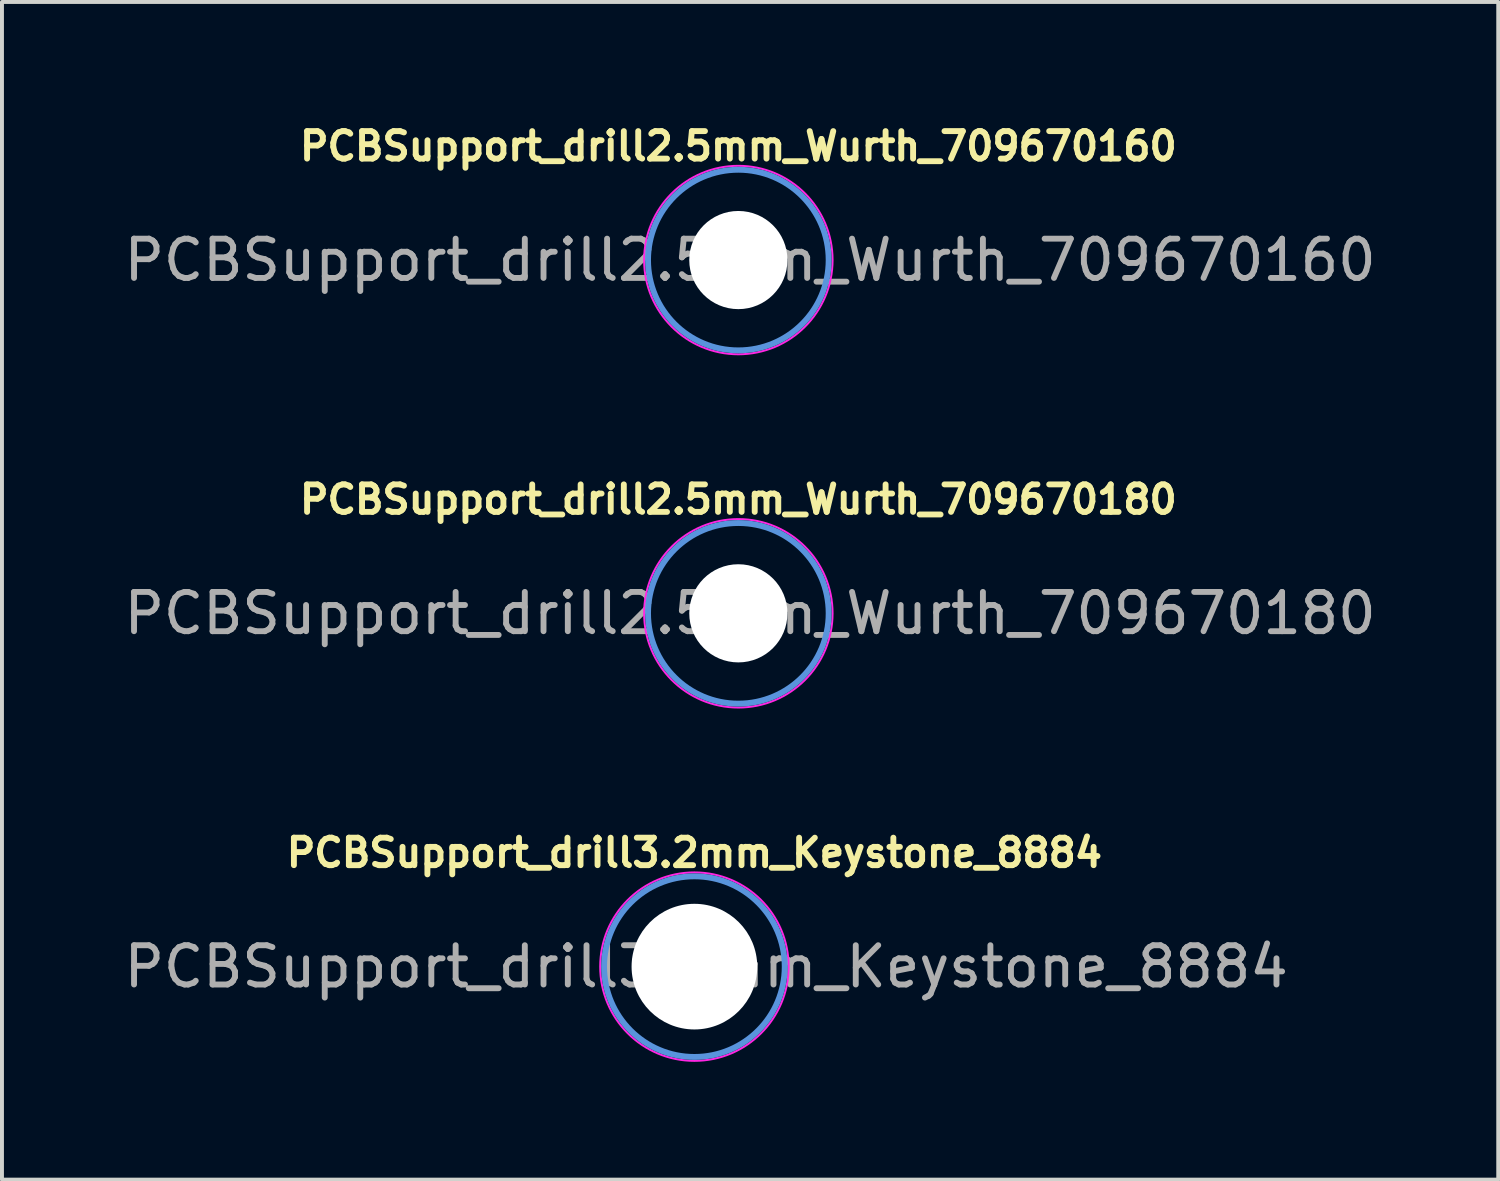
<source format=kicad_pcb>
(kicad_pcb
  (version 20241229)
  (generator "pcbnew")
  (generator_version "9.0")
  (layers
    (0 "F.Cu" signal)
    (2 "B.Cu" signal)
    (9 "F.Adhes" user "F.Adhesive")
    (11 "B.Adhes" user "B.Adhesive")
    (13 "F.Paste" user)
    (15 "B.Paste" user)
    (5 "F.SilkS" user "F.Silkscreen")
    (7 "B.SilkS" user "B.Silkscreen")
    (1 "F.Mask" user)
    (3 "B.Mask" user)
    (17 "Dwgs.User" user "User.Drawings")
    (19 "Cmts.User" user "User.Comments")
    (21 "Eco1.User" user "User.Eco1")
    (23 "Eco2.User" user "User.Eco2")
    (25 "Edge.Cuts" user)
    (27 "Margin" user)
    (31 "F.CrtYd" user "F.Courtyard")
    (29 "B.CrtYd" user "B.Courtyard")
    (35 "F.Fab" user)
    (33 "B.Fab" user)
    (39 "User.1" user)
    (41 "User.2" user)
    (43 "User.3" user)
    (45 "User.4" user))
  (footprint "PCBSupport_drill2.5mm_Wurth_709670160"
    (layer "F.Cu")
    (at 15.754 3.573)
    (property "Reference" "PCBSupport_drill2.5mm_Wurth_709670160" (at 0 -2.9 0) (layer "F.SilkS") (effects (font (size 0.7 0.7) (thickness 0.15))))
    (attr exclude_from_pos_files exclude_from_bom)
    (fp_circle (center 0 0) (end 2.3 0) (stroke (width 0.15) (type solid)) (fill no) (layer "Cmts.User"))
    (fp_circle (center 0 0) (end 2.4 0) (stroke (width 0.05) (type solid)) (fill no) (layer "F.CrtYd"))
    (fp_text user "${REFERENCE}" (at 0.3 0 0) (layer "F.Fab") (effects (font (size 1 1) (thickness 0.15))))
    (pad "" np_thru_hole circle (at 0 0) (size 2.5 2.5) (drill 2.5) (layers "*.Cu" "*.Mask")))
  (footprint "PCBSupport_drill3.2mm_Keystone_8884"
    (layer "F.Cu")
    (at 14.635 21.568)
    (property "Reference" "PCBSupport_drill3.2mm_Keystone_8884" (at 0 -2.9 0) (layer "F.SilkS") (effects (font (size 0.7 0.7) (thickness 0.15))))
    (attr exclude_from_pos_files exclude_from_bom)
    (fp_circle (center 0 0) (end 2.3 0) (stroke (width 0.15) (type solid)) (fill no) (layer "Cmts.User"))
    (fp_circle (center 0 0) (end 2.4 0) (stroke (width 0.05) (type solid)) (fill no) (layer "F.CrtYd"))
    (fp_text user "${REFERENCE}" (at 0.3 0 0) (layer "F.Fab") (effects (font (size 1 1) (thickness 0.15))))
    (pad "" np_thru_hole circle (at 0 0) (size 3.2 3.2) (drill 3.2) (layers "*.Cu" "*.Mask")))
  (footprint "PCBSupport_drill2.5mm_Wurth_709670180"
    (layer "F.Cu")
    (at 15.754 12.57)
    (property "Reference" "PCBSupport_drill2.5mm_Wurth_709670180" (at 0 -2.9 0) (layer "F.SilkS") (effects (font (size 0.7 0.7) (thickness 0.15))))
    (attr exclude_from_pos_files exclude_from_bom)
    (fp_circle (center 0 0) (end 2.3 0) (stroke (width 0.15) (type solid)) (fill no) (layer "Cmts.User"))
    (fp_circle (center 0 0) (end 2.4 0) (stroke (width 0.05) (type solid)) (fill no) (layer "F.CrtYd"))
    (fp_text user "${REFERENCE}" (at 0.3 0 0) (layer "F.Fab") (effects (font (size 1 1) (thickness 0.15))))
    (pad "" np_thru_hole circle (at 0 0) (size 2.5 2.5) (drill 2.5) (layers "*.Cu" "*.Mask")))
  (gr_rect
    (start -3 -3)
    (end 35.107 26.993)
    (stroke (width 0.1) (type default))
    (fill no)
    (layer "Edge.Cuts")))
</source>
